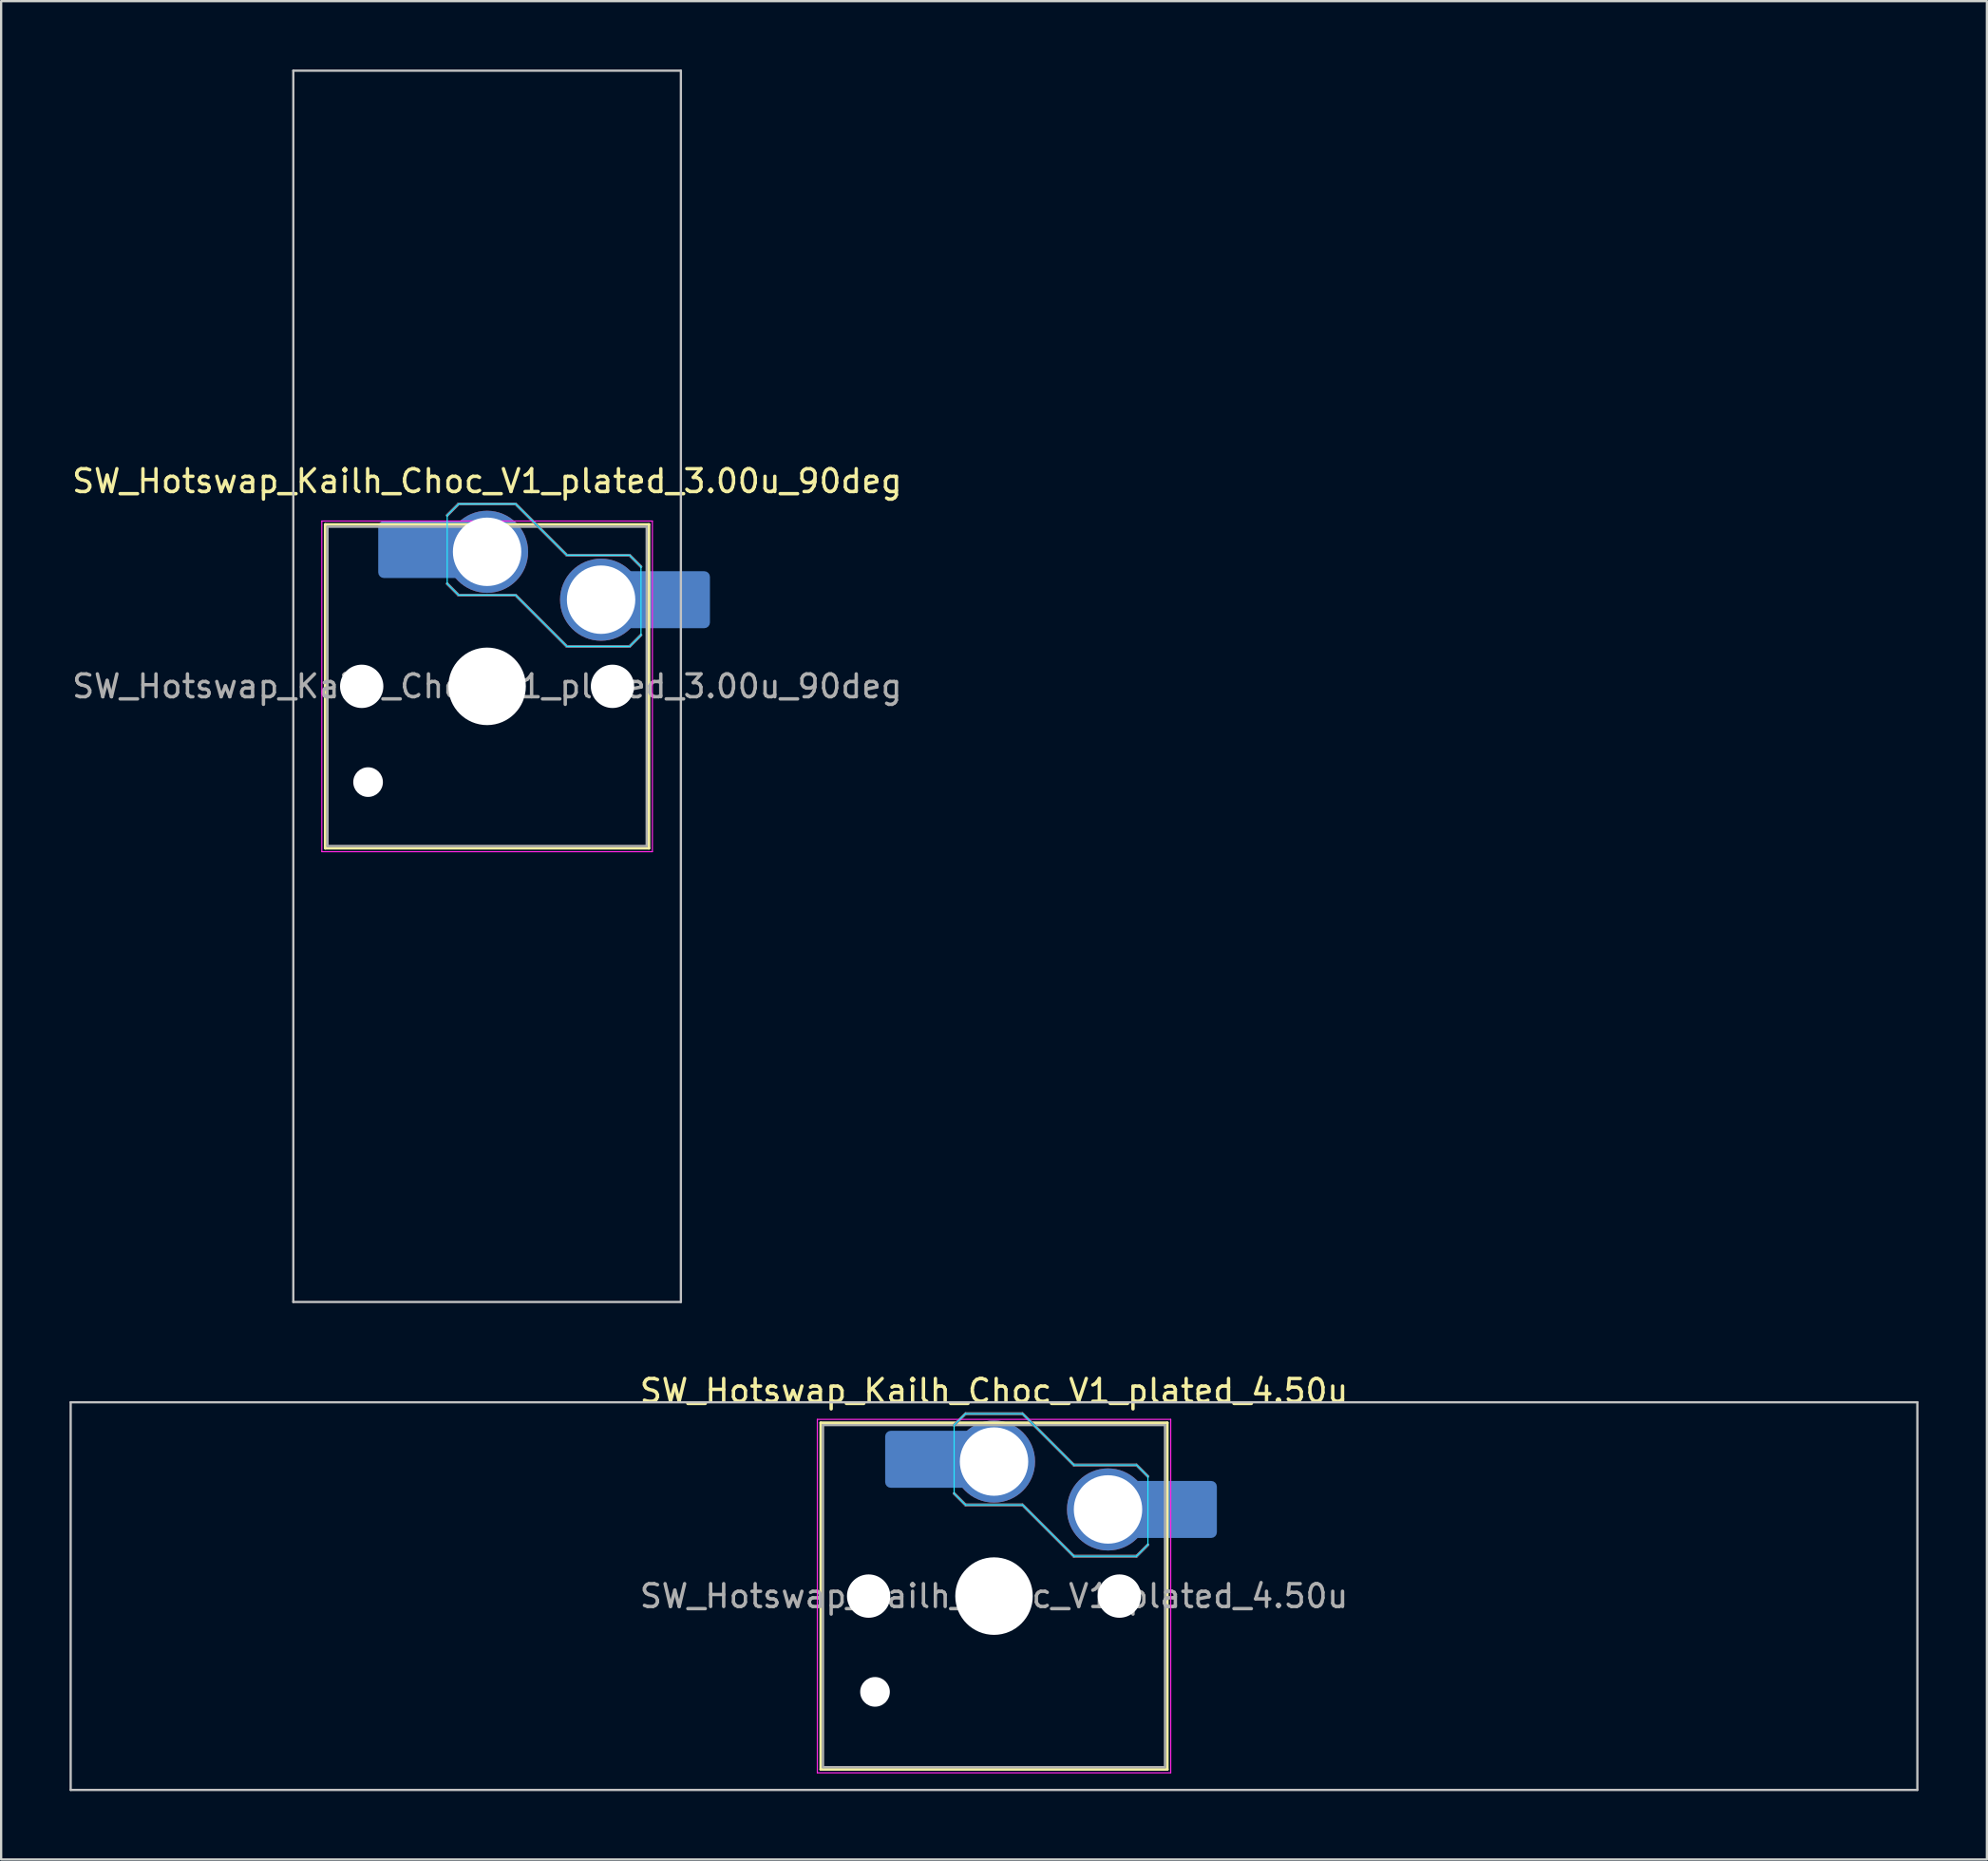
<source format=kicad_pcb>
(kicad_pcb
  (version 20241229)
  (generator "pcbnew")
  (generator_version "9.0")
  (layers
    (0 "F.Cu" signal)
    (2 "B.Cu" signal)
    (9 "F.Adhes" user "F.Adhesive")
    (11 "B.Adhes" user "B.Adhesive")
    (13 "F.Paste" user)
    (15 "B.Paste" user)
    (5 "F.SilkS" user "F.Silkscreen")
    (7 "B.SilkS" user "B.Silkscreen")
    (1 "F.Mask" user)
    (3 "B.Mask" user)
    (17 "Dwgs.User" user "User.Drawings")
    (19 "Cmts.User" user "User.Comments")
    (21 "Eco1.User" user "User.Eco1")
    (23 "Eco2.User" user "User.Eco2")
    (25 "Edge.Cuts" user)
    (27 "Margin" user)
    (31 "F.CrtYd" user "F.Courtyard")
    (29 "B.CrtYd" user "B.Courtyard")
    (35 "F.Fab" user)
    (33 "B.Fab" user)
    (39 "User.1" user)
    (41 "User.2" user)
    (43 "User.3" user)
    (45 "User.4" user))
  (footprint "SW_Hotswap_Kailh_Choc_V1_plated_4.50u"
    (layer "F.Cu")
    (at 40.55 66.948)
    (property "Reference" "SW_Hotswap_Kailh_Choc_V1_plated_4.50u" (at 0 -9 0) (layer "F.SilkS") (effects (font (size 1 1) (thickness 0.15))))
    (attr smd)
    (fp_line (start -7.6 -7.6) (end -7.6 7.6) (stroke (width 0.12) (type solid)) (layer "F.SilkS"))
    (fp_line (start -7.6 7.6) (end 7.6 7.6) (stroke (width 0.12) (type solid)) (layer "F.SilkS"))
    (fp_line (start 7.6 -7.6) (end -7.6 -7.6) (stroke (width 0.12) (type solid)) (layer "F.SilkS"))
    (fp_line (start 7.6 7.6) (end 7.6 -7.6) (stroke (width 0.12) (type solid)) (layer "F.SilkS"))
    (fp_line (start -1.75 -7.5) (end -1.25 -8) (stroke (width 0.12) (type solid)) (layer "B.SilkS"))
    (fp_line (start -1.25 -8) (end 1.25 -8) (stroke (width 0.12) (type solid)) (layer "B.SilkS"))
    (fp_line (start -1.25 -4) (end -1.75 -4.5) (stroke (width 0.12) (type solid)) (layer "B.SilkS"))
    (fp_line (start 1.25 -8) (end 3.5 -5.75) (stroke (width 0.12) (type solid)) (layer "B.SilkS"))
    (fp_line (start 1.25 -4) (end -1.25 -4) (stroke (width 0.12) (type solid)) (layer "B.SilkS"))
    (fp_line (start 3.5 -5.75) (end 6.25 -5.75) (stroke (width 0.12) (type solid)) (layer "B.SilkS"))
    (fp_line (start 3.5 -1.75) (end 1.25 -4) (stroke (width 0.12) (type solid)) (layer "B.SilkS"))
    (fp_line (start 6.25 -5.75) (end 6.75 -5.25) (stroke (width 0.12) (type solid)) (layer "B.SilkS"))
    (fp_line (start 6.25 -1.75) (end 3.5 -1.75) (stroke (width 0.12) (type solid)) (layer "B.SilkS"))
    (fp_line (start 6.75 -2.25) (end 6.25 -1.75) (stroke (width 0.12) (type solid)) (layer "B.SilkS"))
    (fp_line (start -40.5 -8.5) (end -40.5 8.5) (stroke (width 0.1) (type solid)) (layer "Dwgs.User"))
    (fp_line (start -40.5 8.5) (end 40.5 8.5) (stroke (width 0.1) (type solid)) (layer "Dwgs.User"))
    (fp_line (start 40.5 -8.5) (end -40.5 -8.5) (stroke (width 0.1) (type solid)) (layer "Dwgs.User"))
    (fp_line (start 40.5 8.5) (end 40.5 -8.5) (stroke (width 0.1) (type solid)) (layer "Dwgs.User"))
    (fp_line (start -7.25 -7.25) (end -7.25 7.25) (stroke (width 0.1) (type solid)) (layer "Eco1.User"))
    (fp_line (start -7.25 7.25) (end 7.25 7.25) (stroke (width 0.1) (type solid)) (layer "Eco1.User"))
    (fp_line (start 7.25 -7.25) (end -7.25 -7.25) (stroke (width 0.1) (type solid)) (layer "Eco1.User"))
    (fp_line (start 7.25 7.25) (end 7.25 -7.25) (stroke (width 0.1) (type solid)) (layer "Eco1.User"))
    (fp_line (start -1.75 -7.5) (end -1.25 -8) (stroke (width 0.05) (type solid)) (layer "B.CrtYd"))
    (fp_line (start -1.75 -4.5) (end -1.75 -7.5) (stroke (width 0.05) (type solid)) (layer "B.CrtYd"))
    (fp_line (start -1.25 -8) (end 1.25 -8) (stroke (width 0.05) (type solid)) (layer "B.CrtYd"))
    (fp_line (start -1.25 -4) (end -1.75 -4.5) (stroke (width 0.05) (type solid)) (layer "B.CrtYd"))
    (fp_line (start 1.25 -8) (end 3.5 -5.75) (stroke (width 0.05) (type solid)) (layer "B.CrtYd"))
    (fp_line (start 1.25 -4) (end -1.25 -4) (stroke (width 0.05) (type solid)) (layer "B.CrtYd"))
    (fp_line (start 3.5 -5.75) (end 6.25 -5.75) (stroke (width 0.05) (type solid)) (layer "B.CrtYd"))
    (fp_line (start 3.5 -1.75) (end 1.25 -4) (stroke (width 0.05) (type solid)) (layer "B.CrtYd"))
    (fp_line (start 6.25 -5.75) (end 6.75 -5.25) (stroke (width 0.05) (type solid)) (layer "B.CrtYd"))
    (fp_line (start 6.25 -1.75) (end 3.5 -1.75) (stroke (width 0.05) (type solid)) (layer "B.CrtYd"))
    (fp_line (start 6.75 -5.25) (end 6.75 -2.25) (stroke (width 0.05) (type solid)) (layer "B.CrtYd"))
    (fp_line (start 6.75 -2.25) (end 6.25 -1.75) (stroke (width 0.05) (type solid)) (layer "B.CrtYd"))
    (fp_line (start -7.75 -7.75) (end -7.75 7.75) (stroke (width 0.05) (type solid)) (layer "F.CrtYd"))
    (fp_line (start -7.75 7.75) (end 7.75 7.75) (stroke (width 0.05) (type solid)) (layer "F.CrtYd"))
    (fp_line (start 7.75 -7.75) (end -7.75 -7.75) (stroke (width 0.05) (type solid)) (layer "F.CrtYd"))
    (fp_line (start 7.75 7.75) (end 7.75 -7.75) (stroke (width 0.05) (type solid)) (layer "F.CrtYd"))
    (fp_line (start -1.75 -7.5) (end -1.25 -8) (stroke (width 0.1) (type solid)) (layer "B.Fab"))
    (fp_line (start -1.25 -8) (end 1.25 -8) (stroke (width 0.1) (type solid)) (layer "B.Fab"))
    (fp_line (start -1.25 -4) (end -1.75 -4.5) (stroke (width 0.1) (type solid)) (layer "B.Fab"))
    (fp_line (start 1.25 -8) (end 3.5 -5.75) (stroke (width 0.1) (type solid)) (layer "B.Fab"))
    (fp_line (start 1.25 -4) (end -1.25 -4) (stroke (width 0.1) (type solid)) (layer "B.Fab"))
    (fp_line (start 3.5 -5.75) (end 6.25 -5.75) (stroke (width 0.1) (type solid)) (layer "B.Fab"))
    (fp_line (start 3.5 -1.75) (end 1.25 -4) (stroke (width 0.1) (type solid)) (layer "B.Fab"))
    (fp_line (start 6.25 -5.75) (end 6.75 -5.25) (stroke (width 0.1) (type solid)) (layer "B.Fab"))
    (fp_line (start 6.25 -1.75) (end 3.5 -1.75) (stroke (width 0.1) (type solid)) (layer "B.Fab"))
    (fp_line (start 6.75 -2.25) (end 6.25 -1.75) (stroke (width 0.1) (type solid)) (layer "B.Fab"))
    (fp_line (start -7.5 -7.5) (end -7.5 7.5) (stroke (width 0.1) (type solid)) (layer "F.Fab"))
    (fp_line (start -7.5 7.5) (end 7.5 7.5) (stroke (width 0.1) (type solid)) (layer "F.Fab"))
    (fp_line (start 7.5 -7.5) (end -7.5 -7.5) (stroke (width 0.1) (type solid)) (layer "F.Fab"))
    (fp_line (start 7.5 7.5) (end 7.5 -7.5) (stroke (width 0.1) (type solid)) (layer "F.Fab"))
    (fp_text user "${REFERENCE}" (at 0 0 0) (layer "F.Fab") (effects (font (size 1 1) (thickness 0.15))))
    (pad "" np_thru_hole circle (at -5.5 0) (size 1.9 1.9) (drill 1.9) (layers "*.Cu" "*.Mask"))
    (pad "" np_thru_hole circle (at -5.22 4.2) (size 1.3 1.3) (drill 1.3) (layers "*.Cu" "*.Mask"))
    (pad "" smd roundrect (at -3.5 -6) (size 2.55 2.5) (layers "B.Mask" "B.Paste") (roundrect_rratio 0.1))
    (pad "" np_thru_hole circle (at 0 0) (size 3.4 3.4) (drill 3.4) (layers "*.Cu" "*.Mask"))
    (pad "" np_thru_hole circle (at 5.5 0) (size 1.9 1.9) (drill 1.9) (layers "*.Cu" "*.Mask"))
    (pad "" smd roundrect (at 8.5 -3.8) (size 2.55 2.5) (layers "B.Mask" "B.Paste") (roundrect_rratio 0.1))
    (pad "1" smd roundrect (at -2.85 -6) (size 3.85 2.5) (layers "B.Cu") (roundrect_rratio 0.1))
    (pad "1" thru_hole circle (at 0 -5.9) (size 3.6 3.6) (drill 3) (layers "*.Cu" "B.Mask"))
    (pad "2" thru_hole circle (at 5 -3.8) (size 3.6 3.6) (drill 3) (layers "*.Cu" "B.Mask"))
    (pad "2" smd roundrect (at 7.85 -3.8) (size 3.85 2.5) (layers "B.Cu") (roundrect_rratio 0.1)))
  (footprint "SW_Hotswap_Kailh_Choc_V1_plated_3.00u_90deg"
    (layer "F.Cu")
    (at 18.315 27.05)
    (property "Reference" "SW_Hotswap_Kailh_Choc_V1_plated_3.00u_90deg" (at 0 -9 0) (layer "F.SilkS") (effects (font (size 1 1) (thickness 0.15))))
    (attr smd)
    (fp_line (start -7.1 -7.1) (end -7.1 7.1) (stroke (width 0.12) (type solid)) (layer "F.SilkS"))
    (fp_line (start -7.1 7.1) (end 7.1 7.1) (stroke (width 0.12) (type solid)) (layer "F.SilkS"))
    (fp_line (start 7.1 -7.1) (end -7.1 -7.1) (stroke (width 0.12) (type solid)) (layer "F.SilkS"))
    (fp_line (start 7.1 7.1) (end 7.1 -7.1) (stroke (width 0.12) (type solid)) (layer "F.SilkS"))
    (fp_line (start -1.75 -7.5) (end -1.25 -8) (stroke (width 0.12) (type solid)) (layer "B.SilkS"))
    (fp_line (start -1.25 -8) (end 1.25 -8) (stroke (width 0.12) (type solid)) (layer "B.SilkS"))
    (fp_line (start -1.25 -4) (end -1.75 -4.5) (stroke (width 0.12) (type solid)) (layer "B.SilkS"))
    (fp_line (start 1.25 -8) (end 3.5 -5.75) (stroke (width 0.12) (type solid)) (layer "B.SilkS"))
    (fp_line (start 1.25 -4) (end -1.25 -4) (stroke (width 0.12) (type solid)) (layer "B.SilkS"))
    (fp_line (start 3.5 -5.75) (end 6.25 -5.75) (stroke (width 0.12) (type solid)) (layer "B.SilkS"))
    (fp_line (start 3.5 -1.75) (end 1.25 -4) (stroke (width 0.12) (type solid)) (layer "B.SilkS"))
    (fp_line (start 6.25 -5.75) (end 6.75 -5.25) (stroke (width 0.12) (type solid)) (layer "B.SilkS"))
    (fp_line (start 6.25 -1.75) (end 3.5 -1.75) (stroke (width 0.12) (type solid)) (layer "B.SilkS"))
    (fp_line (start 6.75 -2.25) (end 6.25 -1.75) (stroke (width 0.12) (type solid)) (layer "B.SilkS"))
    (fp_line (start -8.5 -27) (end 8.5 -27) (stroke (width 0.1) (type solid)) (layer "Dwgs.User"))
    (fp_line (start -8.5 27) (end -8.5 -27) (stroke (width 0.1) (type solid)) (layer "Dwgs.User"))
    (fp_line (start 8.5 -27) (end 8.5 27) (stroke (width 0.1) (type solid)) (layer "Dwgs.User"))
    (fp_line (start 8.5 27) (end -8.5 27) (stroke (width 0.1) (type solid)) (layer "Dwgs.User"))
    (fp_line (start -1.75 -7.5) (end -1.25 -8) (stroke (width 0.05) (type solid)) (layer "B.CrtYd"))
    (fp_line (start -1.75 -4.5) (end -1.75 -7.5) (stroke (width 0.05) (type solid)) (layer "B.CrtYd"))
    (fp_line (start -1.25 -8) (end 1.25 -8) (stroke (width 0.05) (type solid)) (layer "B.CrtYd"))
    (fp_line (start -1.25 -4) (end -1.75 -4.5) (stroke (width 0.05) (type solid)) (layer "B.CrtYd"))
    (fp_line (start 1.25 -8) (end 3.5 -5.75) (stroke (width 0.05) (type solid)) (layer "B.CrtYd"))
    (fp_line (start 1.25 -4) (end -1.25 -4) (stroke (width 0.05) (type solid)) (layer "B.CrtYd"))
    (fp_line (start 3.5 -5.75) (end 6.25 -5.75) (stroke (width 0.05) (type solid)) (layer "B.CrtYd"))
    (fp_line (start 3.5 -1.75) (end 1.25 -4) (stroke (width 0.05) (type solid)) (layer "B.CrtYd"))
    (fp_line (start 6.25 -5.75) (end 6.75 -5.25) (stroke (width 0.05) (type solid)) (layer "B.CrtYd"))
    (fp_line (start 6.25 -1.75) (end 3.5 -1.75) (stroke (width 0.05) (type solid)) (layer "B.CrtYd"))
    (fp_line (start 6.75 -5.25) (end 6.75 -2.25) (stroke (width 0.05) (type solid)) (layer "B.CrtYd"))
    (fp_line (start 6.75 -2.25) (end 6.25 -1.75) (stroke (width 0.05) (type solid)) (layer "B.CrtYd"))
    (fp_line (start -7.25 -7.25) (end -7.25 7.25) (stroke (width 0.05) (type solid)) (layer "F.CrtYd"))
    (fp_line (start -7.25 7.25) (end 7.25 7.25) (stroke (width 0.05) (type solid)) (layer "F.CrtYd"))
    (fp_line (start 7.25 -7.25) (end -7.25 -7.25) (stroke (width 0.05) (type solid)) (layer "F.CrtYd"))
    (fp_line (start 7.25 7.25) (end 7.25 -7.25) (stroke (width 0.05) (type solid)) (layer "F.CrtYd"))
    (fp_line (start -1.75 -7.5) (end -1.25 -8) (stroke (width 0.1) (type solid)) (layer "B.Fab"))
    (fp_line (start -1.25 -8) (end 1.25 -8) (stroke (width 0.1) (type solid)) (layer "B.Fab"))
    (fp_line (start -1.25 -4) (end -1.75 -4.5) (stroke (width 0.1) (type solid)) (layer "B.Fab"))
    (fp_line (start 1.25 -8) (end 3.5 -5.75) (stroke (width 0.1) (type solid)) (layer "B.Fab"))
    (fp_line (start 1.25 -4) (end -1.25 -4) (stroke (width 0.1) (type solid)) (layer "B.Fab"))
    (fp_line (start 3.5 -5.75) (end 6.25 -5.75) (stroke (width 0.1) (type solid)) (layer "B.Fab"))
    (fp_line (start 3.5 -1.75) (end 1.25 -4) (stroke (width 0.1) (type solid)) (layer "B.Fab"))
    (fp_line (start 6.25 -5.75) (end 6.75 -5.25) (stroke (width 0.1) (type solid)) (layer "B.Fab"))
    (fp_line (start 6.25 -1.75) (end 3.5 -1.75) (stroke (width 0.1) (type solid)) (layer "B.Fab"))
    (fp_line (start 6.75 -2.25) (end 6.25 -1.75) (stroke (width 0.1) (type solid)) (layer "B.Fab"))
    (fp_line (start -7 -7) (end -7 7) (stroke (width 0.1) (type solid)) (layer "F.Fab"))
    (fp_line (start -7 7) (end 7 7) (stroke (width 0.1) (type solid)) (layer "F.Fab"))
    (fp_line (start 7 -7) (end -7 -7) (stroke (width 0.1) (type solid)) (layer "F.Fab"))
    (fp_line (start 7 7) (end 7 -7) (stroke (width 0.1) (type solid)) (layer "F.Fab"))
    (fp_text user "${REFERENCE}" (at 0 0 0) (layer "F.Fab") (effects (font (size 1 1) (thickness 0.15))))
    (pad "" np_thru_hole circle (at -5.5 0) (size 1.9 1.9) (drill 1.9) (layers "*.Cu" "*.Mask"))
    (pad "" np_thru_hole circle (at -5.22 4.2) (size 1.3 1.3) (drill 1.3) (layers "*.Cu" "*.Mask"))
    (pad "" smd roundrect (at -3.5 -6) (size 2.55 2.5) (layers "B.Mask" "B.Paste") (roundrect_rratio 0.1))
    (pad "" np_thru_hole circle (at 0 0) (size 3.4 3.4) (drill 3.4) (layers "*.Cu" "*.Mask"))
    (pad "" np_thru_hole circle (at 5.5 0) (size 1.9 1.9) (drill 1.9) (layers "*.Cu" "*.Mask"))
    (pad "" smd roundrect (at 8.5 -3.8) (size 2.55 2.5) (layers "B.Mask" "B.Paste") (roundrect_rratio 0.1))
    (pad "1" smd roundrect (at -2.85 -6) (size 3.85 2.5) (layers "B.Cu") (roundrect_rratio 0.1))
    (pad "1" thru_hole circle (at 0 -5.9) (size 3.6 3.6) (drill 3) (layers "*.Cu" "B.Mask"))
    (pad "2" thru_hole circle (at 5 -3.8) (size 3.6 3.6) (drill 3) (layers "*.Cu" "B.Mask"))
    (pad "2" smd roundrect (at 7.85 -3.8) (size 3.85 2.5) (layers "B.Cu") (roundrect_rratio 0.1)))
  (gr_rect
    (start -3 -3)
    (end 84.1 78.498)
    (stroke (width 0.1) (type default))
    (fill no)
    (layer "Edge.Cuts")))
</source>
